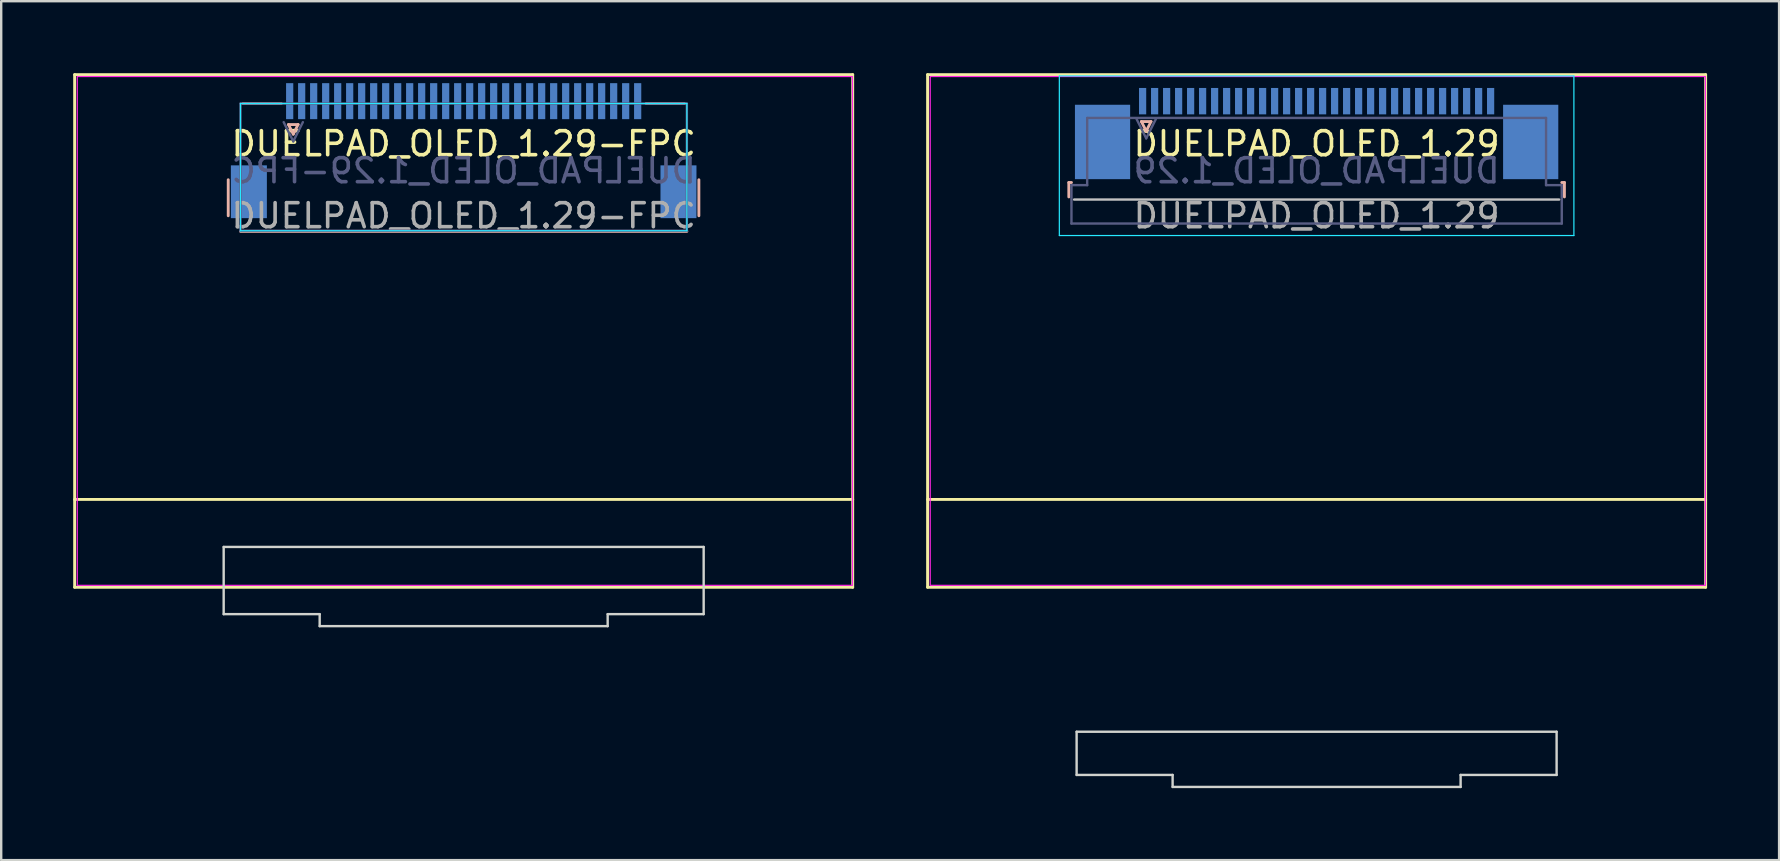
<source format=kicad_pcb>
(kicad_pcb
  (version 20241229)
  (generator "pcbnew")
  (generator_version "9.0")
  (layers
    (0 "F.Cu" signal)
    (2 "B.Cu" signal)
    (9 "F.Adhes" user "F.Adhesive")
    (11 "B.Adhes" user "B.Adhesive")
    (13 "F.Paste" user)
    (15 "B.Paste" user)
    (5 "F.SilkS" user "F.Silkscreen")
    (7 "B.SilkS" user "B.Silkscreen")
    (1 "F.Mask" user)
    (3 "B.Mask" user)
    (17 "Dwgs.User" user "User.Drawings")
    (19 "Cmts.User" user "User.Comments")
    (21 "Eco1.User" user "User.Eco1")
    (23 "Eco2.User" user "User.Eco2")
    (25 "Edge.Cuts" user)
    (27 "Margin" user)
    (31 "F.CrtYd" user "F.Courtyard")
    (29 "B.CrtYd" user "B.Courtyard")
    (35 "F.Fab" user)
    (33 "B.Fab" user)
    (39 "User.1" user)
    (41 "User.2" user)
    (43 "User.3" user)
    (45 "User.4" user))
  (footprint "DUELPAD_OLED_1.29"
    (layer "F.Cu")
    (at 51.81 3.44)
    (property "Reference" "DUELPAD_OLED_1.29" (at 0 -0.5 0) (unlocked yes) (layer "F.SilkS") (effects (font (size 1 1) (thickness 0.15))))
    (attr smd)
    (fp_line (start -16.21 -3.38) (end -16.21 17.98) (stroke (width 0.12) (type solid)) (layer "F.SilkS"))
    (fp_line (start -16.21 -3.38) (end 16.21 -3.38) (stroke (width 0.12) (type solid)) (layer "F.SilkS"))
    (fp_line (start -16.21 14.32) (end 16.21 14.32) (stroke (width 0.12) (type default)) (layer "F.SilkS"))
    (fp_line (start -16.21 17.98) (end 16.21 17.98) (stroke (width 0.12) (type solid)) (layer "F.SilkS"))
    (fp_line (start 16.21 -3.38) (end 16.21 17.98) (stroke (width 0.12) (type solid)) (layer "F.SilkS"))
    (fp_line (start -10.325 1.115) (end -10.325 1.715) (stroke (width 0.12) (type solid)) (layer "B.SilkS"))
    (fp_line (start -10.215 1.115) (end -10.325 1.115) (stroke (width 0.12) (type solid)) (layer "B.SilkS"))
    (fp_line (start -7.3 -1.425) (end -6.9 -1.425) (stroke (width 0.12) (type solid)) (layer "B.SilkS"))
    (fp_line (start -7.1 -1.025) (end -7.3 -1.425) (stroke (width 0.12) (type solid)) (layer "B.SilkS"))
    (fp_line (start -6.9 -1.425) (end -7.1 -1.025) (stroke (width 0.12) (type solid)) (layer "B.SilkS"))
    (fp_line (start 10.215 1.115) (end 10.325 1.115) (stroke (width 0.12) (type solid)) (layer "B.SilkS"))
    (fp_line (start 10.325 1.115) (end 10.325 1.715) (stroke (width 0.12) (type solid)) (layer "B.SilkS"))
    (fp_line (start -10.105 1.825) (end 10.105 1.825) (stroke (width 0.1) (type solid)) (layer "Dwgs.User"))
    (fp_line (start -10 24) (end 10 24) (stroke (width 0.1) (type default)) (layer "Edge.Cuts"))
    (fp_line (start -10 25.8) (end -10 24) (stroke (width 0.1) (type default)) (layer "Edge.Cuts"))
    (fp_line (start -6 25.8) (end -10 25.8) (stroke (width 0.1) (type default)) (layer "Edge.Cuts"))
    (fp_line (start -6 25.8) (end -6 26.3) (stroke (width 0.1) (type default)) (layer "Edge.Cuts"))
    (fp_line (start -6 26.3) (end 6 26.3) (stroke (width 0.1) (type default)) (layer "Edge.Cuts"))
    (fp_line (start 6 26.3) (end 6 25.8) (stroke (width 0.1) (type default)) (layer "Edge.Cuts"))
    (fp_line (start 10 24) (end 10 25.8) (stroke (width 0.1) (type default)) (layer "Edge.Cuts"))
    (fp_line (start 10 25.8) (end 6 25.8) (stroke (width 0.1) (type default)) (layer "Edge.Cuts"))
    (fp_line (start -10.72 -3.325) (end 10.72 -3.325) (stroke (width 0.05) (type solid)) (layer "B.CrtYd"))
    (fp_line (start -10.72 3.325) (end -10.72 -3.325) (stroke (width 0.05) (type solid)) (layer "B.CrtYd"))
    (fp_line (start 10.72 -3.325) (end 10.72 3.325) (stroke (width 0.05) (type solid)) (layer "B.CrtYd"))
    (fp_line (start 10.72 3.325) (end -10.72 3.325) (stroke (width 0.05) (type solid)) (layer "B.CrtYd"))
    (fp_rect (start -16.1 -3.3) (end 16.2 17.9) (stroke (width 0.05) (type default)) (fill no) (layer "F.CrtYd"))
    (fp_line (start -10.215 1.225) (end -10.215 2.825) (stroke (width 0.1) (type solid)) (layer "B.Fab"))
    (fp_line (start -10.215 2.825) (end 10.215 2.825) (stroke (width 0.1) (type solid)) (layer "B.Fab"))
    (fp_line (start -9.56 -1.575) (end -9.56 1.225) (stroke (width 0.1) (type solid)) (layer "B.Fab"))
    (fp_line (start -9.56 1.225) (end -10.215 1.225) (stroke (width 0.1) (type solid)) (layer "B.Fab"))
    (fp_line (start -7.1 -0.725) (end -7.5 -1.525) (stroke (width 0.1) (type solid)) (layer "B.Fab"))
    (fp_line (start -6.7 -1.525) (end -7.1 -0.725) (stroke (width 0.1) (type solid)) (layer "B.Fab"))
    (fp_line (start 9.56 -1.575) (end -9.56 -1.575) (stroke (width 0.1) (type solid)) (layer "B.Fab"))
    (fp_line (start 9.56 1.225) (end 9.56 -1.575) (stroke (width 0.1) (type solid)) (layer "B.Fab"))
    (fp_line (start 10.215 1.225) (end 9.56 1.225) (stroke (width 0.1) (type solid)) (layer "B.Fab"))
    (fp_line (start 10.215 2.825) (end 10.215 1.225) (stroke (width 0.1) (type solid)) (layer "B.Fab"))
    (fp_text user "${REFERENCE}" (at 0 0.625 0) (layer "B.Fab") (effects (font (size 1 1) (thickness 0.15)) (justify mirror)))
    (fp_text user "${REFERENCE}" (at 0 2.5 0) (unlocked yes) (layer "F.Fab") (effects (font (size 1 1) (thickness 0.15))))
    (pad "1" smd rect (at -7.25 -2.275 180) (size 0.3 1.1) (layers "B.Cu" "B.Mask" "B.Paste"))
    (pad "2" smd rect (at -6.75 -2.275 180) (size 0.3 1.1) (layers "B.Cu" "B.Mask" "B.Paste"))
    (pad "3" smd rect (at -6.25 -2.275 180) (size 0.3 1.1) (layers "B.Cu" "B.Mask" "B.Paste"))
    (pad "4" smd rect (at -5.75 -2.275 180) (size 0.3 1.1) (layers "B.Cu" "B.Mask" "B.Paste"))
    (pad "5" smd rect (at -5.25 -2.275 180) (size 0.3 1.1) (layers "B.Cu" "B.Mask" "B.Paste"))
    (pad "6" smd rect (at -4.75 -2.275 180) (size 0.3 1.1) (layers "B.Cu" "B.Mask" "B.Paste"))
    (pad "7" smd rect (at -4.25 -2.275 180) (size 0.3 1.1) (layers "B.Cu" "B.Mask" "B.Paste"))
    (pad "8" smd rect (at -3.75 -2.275 180) (size 0.3 1.1) (layers "B.Cu" "B.Mask" "B.Paste"))
    (pad "9" smd rect (at -3.25 -2.275 180) (size 0.3 1.1) (layers "B.Cu" "B.Mask" "B.Paste"))
    (pad "10" smd rect (at -2.75 -2.275 180) (size 0.3 1.1) (layers "B.Cu" "B.Mask" "B.Paste"))
    (pad "11" smd rect (at -2.25 -2.275 180) (size 0.3 1.1) (layers "B.Cu" "B.Mask" "B.Paste"))
    (pad "12" smd rect (at -1.75 -2.275 180) (size 0.3 1.1) (layers "B.Cu" "B.Mask" "B.Paste"))
    (pad "13" smd rect (at -1.25 -2.275 180) (size 0.3 1.1) (layers "B.Cu" "B.Mask" "B.Paste"))
    (pad "14" smd rect (at -0.75 -2.275 180) (size 0.3 1.1) (layers "B.Cu" "B.Mask" "B.Paste"))
    (pad "15" smd rect (at -0.25 -2.275 180) (size 0.3 1.1) (layers "B.Cu" "B.Mask" "B.Paste"))
    (pad "16" smd rect (at 0.25 -2.275 180) (size 0.3 1.1) (layers "B.Cu" "B.Mask" "B.Paste"))
    (pad "17" smd rect (at 0.75 -2.275 180) (size 0.3 1.1) (layers "B.Cu" "B.Mask" "B.Paste"))
    (pad "18" smd rect (at 1.25 -2.275 180) (size 0.3 1.1) (layers "B.Cu" "B.Mask" "B.Paste"))
    (pad "19" smd rect (at 1.75 -2.275 180) (size 0.3 1.1) (layers "B.Cu" "B.Mask" "B.Paste"))
    (pad "20" smd rect (at 2.25 -2.275 180) (size 0.3 1.1) (layers "B.Cu" "B.Mask" "B.Paste"))
    (pad "21" smd rect (at 2.75 -2.275 180) (size 0.3 1.1) (layers "B.Cu" "B.Mask" "B.Paste"))
    (pad "22" smd rect (at 3.25 -2.275 180) (size 0.3 1.1) (layers "B.Cu" "B.Mask" "B.Paste"))
    (pad "23" smd rect (at 3.75 -2.275 180) (size 0.3 1.1) (layers "B.Cu" "B.Mask" "B.Paste"))
    (pad "24" smd rect (at 4.25 -2.275 180) (size 0.3 1.1) (layers "B.Cu" "B.Mask" "B.Paste"))
    (pad "25" smd rect (at 4.75 -2.275 180) (size 0.3 1.1) (layers "B.Cu" "B.Mask" "B.Paste"))
    (pad "26" smd rect (at 5.25 -2.275 180) (size 0.3 1.1) (layers "B.Cu" "B.Mask" "B.Paste"))
    (pad "27" smd rect (at 5.75 -2.275 180) (size 0.3 1.1) (layers "B.Cu" "B.Mask" "B.Paste"))
    (pad "28" smd rect (at 6.25 -2.275 180) (size 0.3 1.1) (layers "B.Cu" "B.Mask" "B.Paste"))
    (pad "29" smd rect (at 6.75 -2.275 180) (size 0.3 1.1) (layers "B.Cu" "B.Mask" "B.Paste"))
    (pad "30" smd rect (at 7.25 -2.275 180) (size 0.3 1.1) (layers "B.Cu" "B.Mask" "B.Paste"))
    (pad "MP" smd rect (at -8.92 -0.575 180) (size 2.3 3.1) (layers "B.Cu" "B.Mask" "B.Paste"))
    (pad "MP" smd rect (at 8.92 -0.575 180) (size 2.3 3.1) (layers "B.Cu" "B.Mask" "B.Paste")))
  (footprint "DUELPAD_OLED_1.29-FPC"
    (layer "F.Cu")
    (at 16.27 3.44)
    (property "Reference" "DUELPAD_OLED_1.29-FPC" (at 0 -0.5 0) (unlocked yes) (layer "F.SilkS") (effects (font (size 1 1) (thickness 0.15))))
    (attr smd)
    (fp_line (start -16.21 -3.38) (end -16.21 17.98) (stroke (width 0.12) (type solid)) (layer "F.SilkS"))
    (fp_line (start -16.21 -3.38) (end 16.21 -3.38) (stroke (width 0.12) (type solid)) (layer "F.SilkS"))
    (fp_line (start -16.21 14.32) (end 16.21 14.32) (stroke (width 0.12) (type default)) (layer "F.SilkS"))
    (fp_line (start -16.21 17.98) (end 16.21 17.98) (stroke (width 0.12) (type solid)) (layer "F.SilkS"))
    (fp_line (start 16.21 -3.38) (end 16.21 17.98) (stroke (width 0.12) (type solid)) (layer "F.SilkS"))
    (fp_line (start -9.81 1) (end -9.81 2.5) (stroke (width 0.12) (type solid)) (layer "B.SilkS"))
    (fp_line (start -9.3 3.15) (end 9.3 3.15) (stroke (width 0.12) (type default)) (layer "B.SilkS"))
    (fp_line (start -7.6 -2.175) (end -9.2 -2.175) (stroke (width 0.12) (type default)) (layer "B.SilkS"))
    (fp_line (start -7.3 -1.3) (end -6.9 -1.3) (stroke (width 0.12) (type solid)) (layer "B.SilkS"))
    (fp_line (start -7.1 -0.9) (end -7.3 -1.3) (stroke (width 0.12) (type solid)) (layer "B.SilkS"))
    (fp_line (start -6.9 -1.3) (end -7.1 -0.9) (stroke (width 0.12) (type solid)) (layer "B.SilkS"))
    (fp_line (start 7.6 -2.175) (end 9.2 -2.175) (stroke (width 0.12) (type default)) (layer "B.SilkS"))
    (fp_line (start 9.8 1) (end 9.8 2.5) (stroke (width 0.12) (type solid)) (layer "B.SilkS"))
    (fp_line (start -10 16.3) (end 10 16.3) (stroke (width 0.1) (type default)) (layer "Edge.Cuts"))
    (fp_line (start -10 19.1) (end -10 16.3) (stroke (width 0.1) (type default)) (layer "Edge.Cuts"))
    (fp_line (start -6 19.1) (end -10 19.1) (stroke (width 0.1) (type default)) (layer "Edge.Cuts"))
    (fp_line (start -6 19.1) (end -6 19.6) (stroke (width 0.1) (type default)) (layer "Edge.Cuts"))
    (fp_line (start -6 19.6) (end 6 19.6) (stroke (width 0.1) (type default)) (layer "Edge.Cuts"))
    (fp_line (start 6 19.1) (end 6 19.6) (stroke (width 0.1) (type default)) (layer "Edge.Cuts"))
    (fp_line (start 10 16.3) (end 10 19.1) (stroke (width 0.1) (type default)) (layer "Edge.Cuts"))
    (fp_line (start 10 19.1) (end 6 19.1) (stroke (width 0.1) (type default)) (layer "Edge.Cuts"))
    (fp_line (start -9.3 -2.175) (end 9.3 -2.175) (stroke (width 0.05) (type solid)) (layer "B.CrtYd"))
    (fp_line (start -9.3 3.125) (end -9.3 -2.175) (stroke (width 0.05) (type solid)) (layer "B.CrtYd"))
    (fp_line (start 9.3 -2.175) (end 9.3 3.125) (stroke (width 0.05) (type solid)) (layer "B.CrtYd"))
    (fp_line (start 9.3 3.125) (end -9.3 3.125) (stroke (width 0.05) (type solid)) (layer "B.CrtYd"))
    (fp_rect (start -16.1 -3.3) (end 16.2 17.9) (stroke (width 0.05) (type default)) (fill no) (layer "F.CrtYd"))
    (fp_line (start -9.3 -2.175) (end -9.3 3.125) (stroke (width 0.1) (type solid)) (layer "B.Fab"))
    (fp_line (start -9.3 3.125) (end 9.3 3.125) (stroke (width 0.1) (type solid)) (layer "B.Fab"))
    (fp_line (start -7.1 -0.6) (end -7.5 -1.4) (stroke (width 0.1) (type solid)) (layer "B.Fab"))
    (fp_line (start -6.7 -1.4) (end -7.1 -0.6) (stroke (width 0.1) (type solid)) (layer "B.Fab"))
    (fp_line (start 9.3 -2.175) (end -9.3 -2.175) (stroke (width 0.1) (type solid)) (layer "B.Fab"))
    (fp_line (start 9.3 3.125) (end 9.3 -2.175) (stroke (width 0.1) (type solid)) (layer "B.Fab"))
    (fp_text user "${REFERENCE}" (at 0 0.625 0) (layer "B.Fab") (effects (font (size 1 1) (thickness 0.15)) (justify mirror)))
    (fp_text user "${REFERENCE}" (at 0 2.5 0) (unlocked yes) (layer "F.Fab") (effects (font (size 1 1) (thickness 0.15))))
    (pad "1" smd rect (at -7.25 -2.275 180) (size 0.3 1.5) (layers "B.Cu" "B.Mask" "B.Paste"))
    (pad "2" smd rect (at -6.75 -2.275 180) (size 0.3 1.5) (layers "B.Cu" "B.Mask" "B.Paste"))
    (pad "3" smd rect (at -6.25 -2.275 180) (size 0.3 1.5) (layers "B.Cu" "B.Mask" "B.Paste"))
    (pad "4" smd rect (at -5.75 -2.275 180) (size 0.3 1.5) (layers "B.Cu" "B.Mask" "B.Paste"))
    (pad "5" smd rect (at -5.25 -2.275 180) (size 0.3 1.5) (layers "B.Cu" "B.Mask" "B.Paste"))
    (pad "6" smd rect (at -4.75 -2.275 180) (size 0.3 1.5) (layers "B.Cu" "B.Mask" "B.Paste"))
    (pad "7" smd rect (at -4.25 -2.275 180) (size 0.3 1.5) (layers "B.Cu" "B.Mask" "B.Paste"))
    (pad "8" smd rect (at -3.75 -2.275 180) (size 0.3 1.5) (layers "B.Cu" "B.Mask" "B.Paste"))
    (pad "9" smd rect (at -3.25 -2.275 180) (size 0.3 1.5) (layers "B.Cu" "B.Mask" "B.Paste"))
    (pad "10" smd rect (at -2.75 -2.275 180) (size 0.3 1.5) (layers "B.Cu" "B.Mask" "B.Paste"))
    (pad "11" smd rect (at -2.25 -2.275 180) (size 0.3 1.5) (layers "B.Cu" "B.Mask" "B.Paste"))
    (pad "12" smd rect (at -1.75 -2.275 180) (size 0.3 1.5) (layers "B.Cu" "B.Mask" "B.Paste"))
    (pad "13" smd rect (at -1.25 -2.275 180) (size 0.3 1.5) (layers "B.Cu" "B.Mask" "B.Paste"))
    (pad "14" smd rect (at -0.75 -2.275 180) (size 0.3 1.5) (layers "B.Cu" "B.Mask" "B.Paste"))
    (pad "15" smd rect (at -0.25 -2.275 180) (size 0.3 1.5) (layers "B.Cu" "B.Mask" "B.Paste"))
    (pad "16" smd rect (at 0.25 -2.275 180) (size 0.3 1.5) (layers "B.Cu" "B.Mask" "B.Paste"))
    (pad "17" smd rect (at 0.75 -2.275 180) (size 0.3 1.5) (layers "B.Cu" "B.Mask" "B.Paste"))
    (pad "18" smd rect (at 1.25 -2.275 180) (size 0.3 1.5) (layers "B.Cu" "B.Mask" "B.Paste"))
    (pad "19" smd rect (at 1.75 -2.275 180) (size 0.3 1.5) (layers "B.Cu" "B.Mask" "B.Paste"))
    (pad "20" smd rect (at 2.25 -2.275 180) (size 0.3 1.5) (layers "B.Cu" "B.Mask" "B.Paste"))
    (pad "21" smd rect (at 2.75 -2.275 180) (size 0.3 1.5) (layers "B.Cu" "B.Mask" "B.Paste"))
    (pad "22" smd rect (at 3.25 -2.275 180) (size 0.3 1.5) (layers "B.Cu" "B.Mask" "B.Paste"))
    (pad "23" smd rect (at 3.75 -2.275 180) (size 0.3 1.5) (layers "B.Cu" "B.Mask" "B.Paste"))
    (pad "24" smd rect (at 4.25 -2.275 180) (size 0.3 1.5) (layers "B.Cu" "B.Mask" "B.Paste"))
    (pad "25" smd rect (at 4.75 -2.275 180) (size 0.3 1.5) (layers "B.Cu" "B.Mask" "B.Paste"))
    (pad "26" smd rect (at 5.25 -2.275 180) (size 0.3 1.5) (layers "B.Cu" "B.Mask" "B.Paste"))
    (pad "27" smd rect (at 5.75 -2.275 180) (size 0.3 1.5) (layers "B.Cu" "B.Mask" "B.Paste"))
    (pad "28" smd rect (at 6.25 -2.275 180) (size 0.3 1.5) (layers "B.Cu" "B.Mask" "B.Paste"))
    (pad "29" smd rect (at 6.75 -2.275 180) (size 0.3 1.5) (layers "B.Cu" "B.Mask" "B.Paste"))
    (pad "30" smd rect (at 7.25 -2.275 180) (size 0.3 1.5) (layers "B.Cu" "B.Mask" "B.Paste"))
    (pad "MP" smd rect (at -8.95 1.5 180) (size 1.5 2.2) (layers "B.Cu" "B.Mask" "B.Paste"))
    (pad "MP" smd rect (at 8.95 1.5 180) (size 1.5 2.2) (layers "B.Cu" "B.Mask" "B.Paste")))
  (gr_rect
    (start -3 -3)
    (end 71.08 32.79)
    (stroke (width 0.1) (type default))
    (fill no)
    (layer "Edge.Cuts")))
</source>
